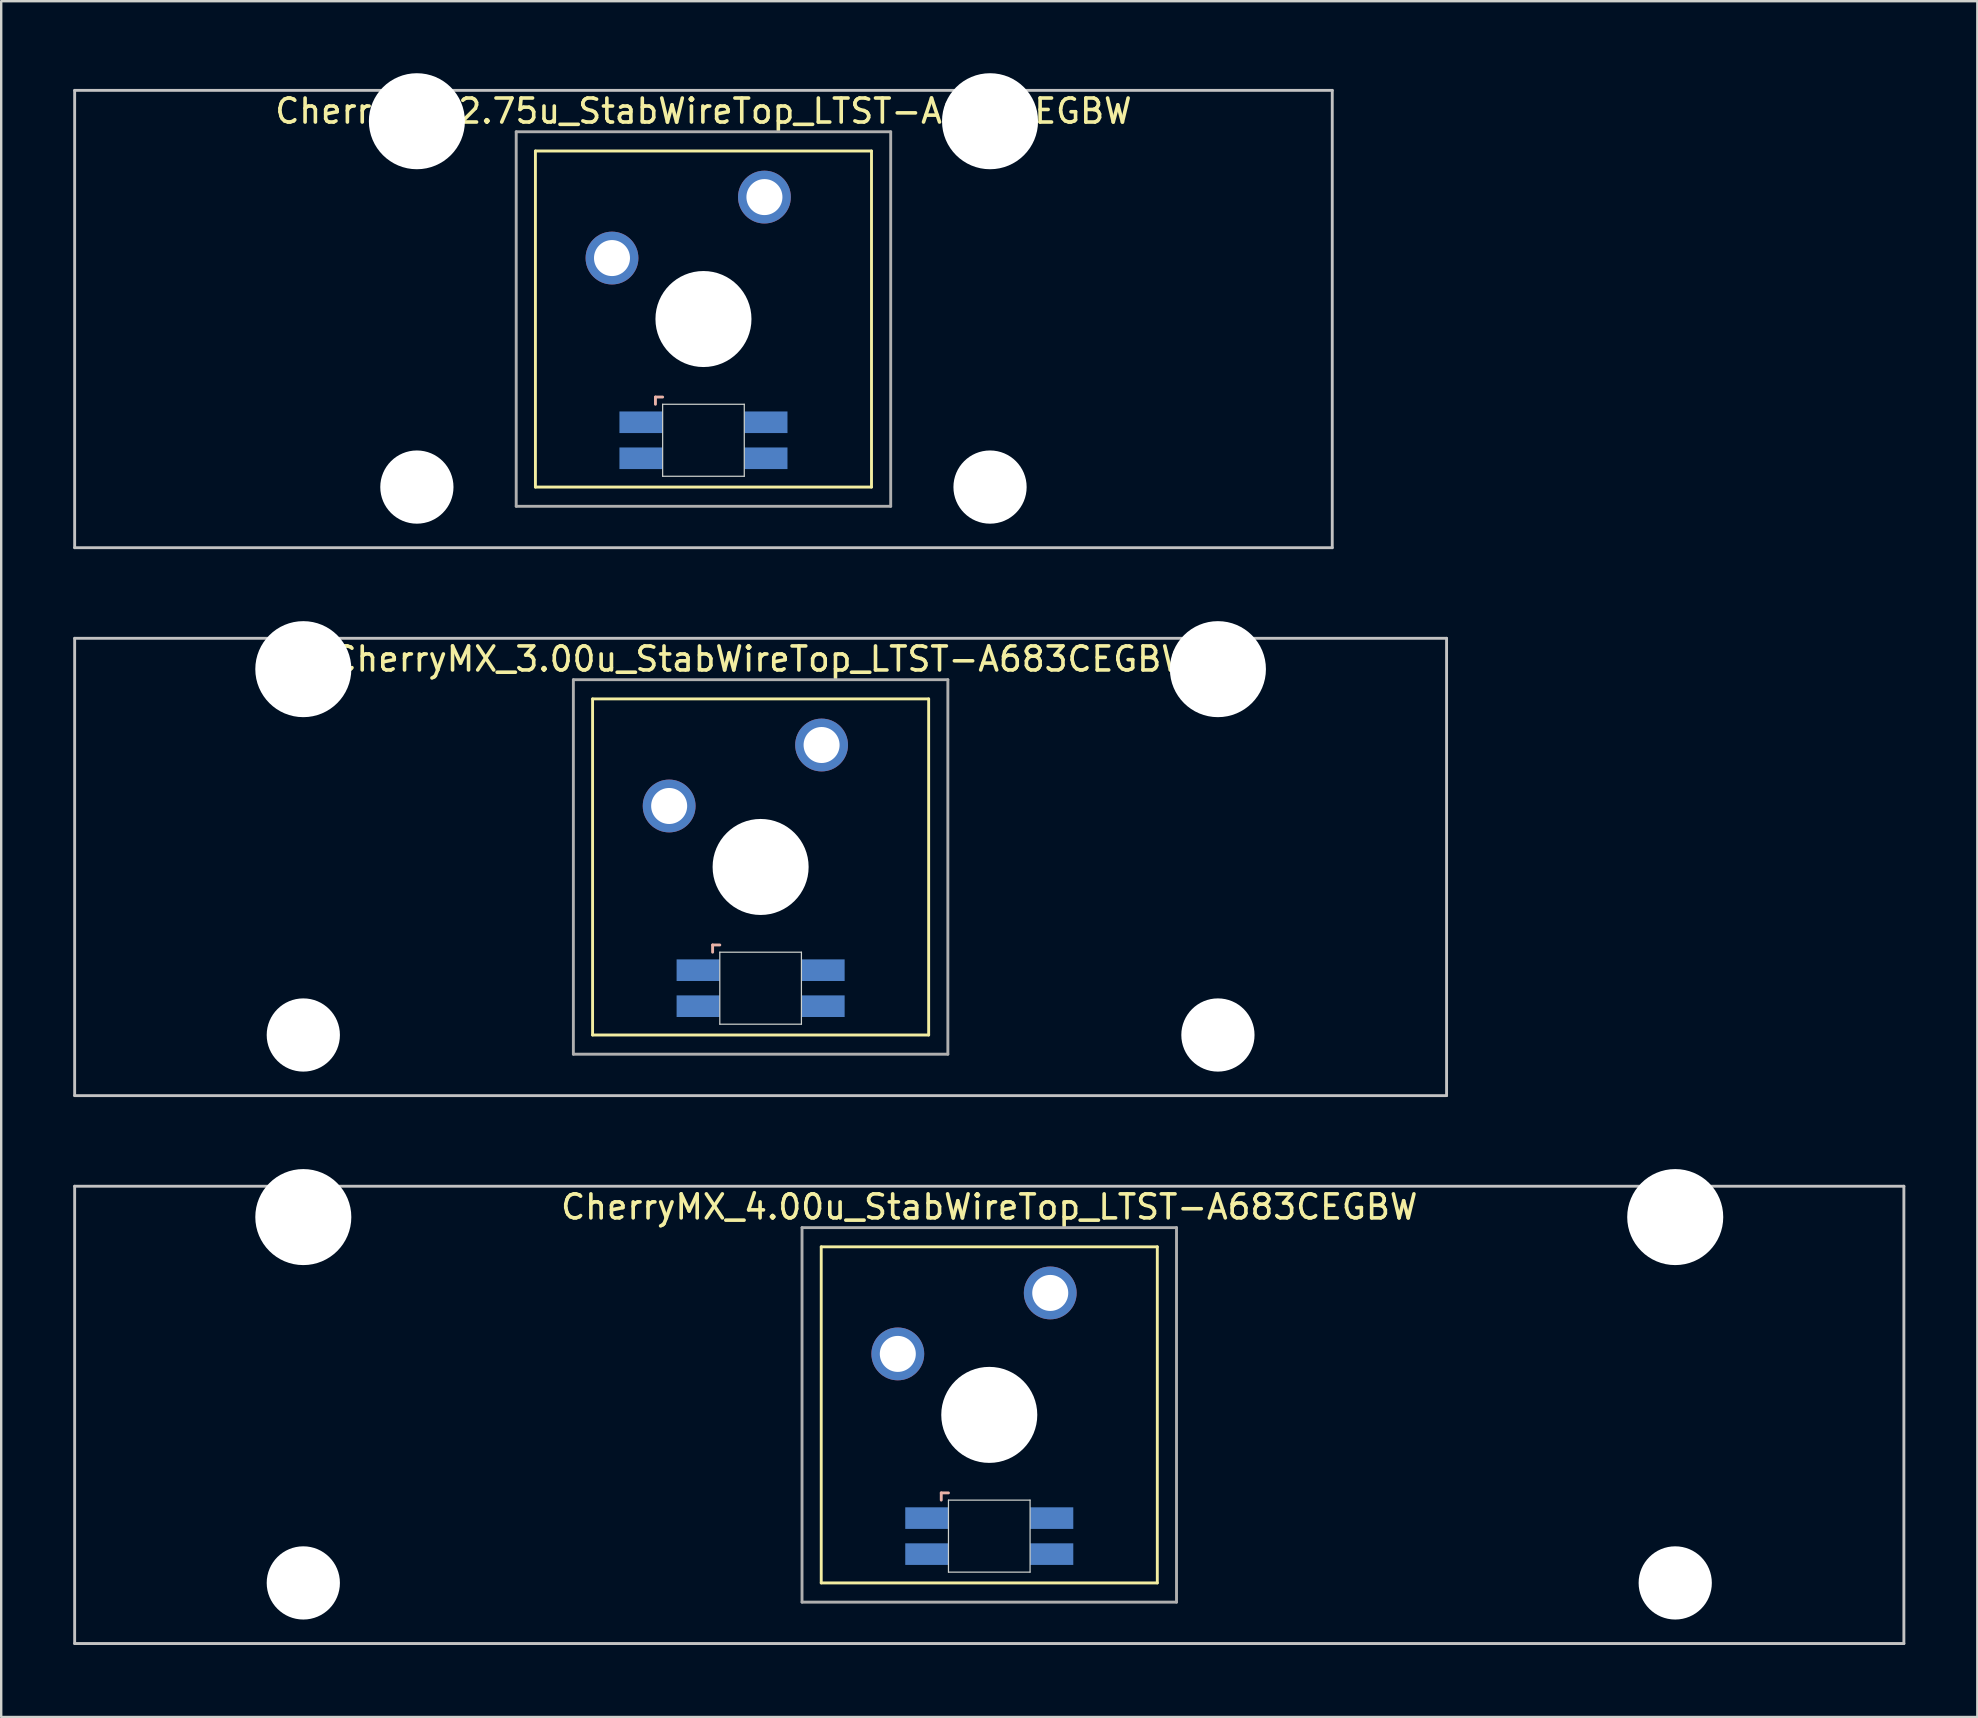
<source format=kicad_pcb>
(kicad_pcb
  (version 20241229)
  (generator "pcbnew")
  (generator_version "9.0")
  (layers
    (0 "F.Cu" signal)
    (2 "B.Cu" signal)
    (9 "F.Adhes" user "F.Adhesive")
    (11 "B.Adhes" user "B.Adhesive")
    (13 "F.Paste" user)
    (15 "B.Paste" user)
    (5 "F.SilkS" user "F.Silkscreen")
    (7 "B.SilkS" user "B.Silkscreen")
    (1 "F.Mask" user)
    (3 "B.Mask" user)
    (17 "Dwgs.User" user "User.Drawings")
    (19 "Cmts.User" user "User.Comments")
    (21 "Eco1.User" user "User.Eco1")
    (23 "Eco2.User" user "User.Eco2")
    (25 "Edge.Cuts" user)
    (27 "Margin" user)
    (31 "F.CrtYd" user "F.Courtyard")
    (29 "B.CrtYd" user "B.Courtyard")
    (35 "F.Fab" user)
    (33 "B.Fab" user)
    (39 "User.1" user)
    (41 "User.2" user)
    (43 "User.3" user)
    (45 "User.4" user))
  (footprint "CherryMX_2.75u_StabWireTop_LTST-A683CEGBW"
    (layer "F.Cu")
    (at 26.254 10.24)
    (property "Reference" "CherryMX_2.75u_StabWireTop_LTST-A683CEGBW" (at 0 -8.662 0) (layer "F.SilkS") (effects (font (size 1 1) (thickness 0.15))))
    (attr through_hole)
    (fp_line (start -7 -7) (end -7 7) (stroke (width 0.12) (type solid)) (layer "F.SilkS"))
    (fp_line (start -7 -7) (end 7 -7) (stroke (width 0.12) (type solid)) (layer "F.SilkS"))
    (fp_line (start 7 -7) (end 7 7) (stroke (width 0.12) (type solid)) (layer "F.SilkS"))
    (fp_line (start 7 7) (end -7 7) (stroke (width 0.12) (type solid)) (layer "F.SilkS"))
    (fp_line (start -2 3.25) (end -2 3.55) (stroke (width 0.12) (type solid)) (layer "B.SilkS"))
    (fp_line (start -1.7 3.25) (end -2 3.25) (stroke (width 0.12) (type solid)) (layer "B.SilkS"))
    (fp_line (start -26.194 -9.525) (end 26.194 -9.525) (stroke (width 0.12) (type solid)) (layer "Dwgs.User"))
    (fp_line (start -26.194 9.525) (end -26.194 -9.525) (stroke (width 0.12) (type solid)) (layer "Dwgs.User"))
    (fp_line (start 26.194 -9.525) (end 26.194 9.525) (stroke (width 0.12) (type solid)) (layer "Dwgs.User"))
    (fp_line (start 26.194 9.525) (end -26.194 9.525) (stroke (width 0.12) (type solid)) (layer "Dwgs.User"))
    (fp_line (start -1.7 3.55) (end 1.7 3.55) (stroke (width 0.05) (type solid)) (layer "Edge.Cuts"))
    (fp_line (start -1.7 6.55) (end -1.7 3.55) (stroke (width 0.05) (type solid)) (layer "Edge.Cuts"))
    (fp_line (start 1.7 3.55) (end 1.7 6.55) (stroke (width 0.05) (type solid)) (layer "Edge.Cuts"))
    (fp_line (start 1.7 6.55) (end -1.7 6.55) (stroke (width 0.05) (type solid)) (layer "Edge.Cuts"))
    (fp_line (start -7.8 -7.8) (end -7.8 7.8) (stroke (width 0.12) (type solid)) (layer "F.Fab"))
    (fp_line (start -7.8 -7.8) (end 7.8 -7.8) (stroke (width 0.12) (type solid)) (layer "F.Fab"))
    (fp_line (start -7.8 7.8) (end 7.8 7.8) (stroke (width 0.12) (type solid)) (layer "F.Fab"))
    (fp_line (start 7.8 -7.8) (end 7.8 7.8) (stroke (width 0.12) (type solid)) (layer "F.Fab"))
    (pad "" np_thru_hole circle (at -11.938 -8.24) (size 4 4) (drill 4) (layers "*.Cu" "*.Mask"))
    (pad "" np_thru_hole circle (at -11.938 7) (size 3.05 3.05) (drill 3.05) (layers "*.Cu" "*.Mask"))
    (pad "" np_thru_hole circle (at 0 0) (size 4 4) (drill 4) (layers "*.Cu" "*.Mask"))
    (pad "" np_thru_hole circle (at 11.938 -8.24) (size 4 4) (drill 4) (layers "*.Cu" "*.Mask"))
    (pad "" np_thru_hole circle (at 11.938 7) (size 3.05 3.05) (drill 3.05) (layers "*.Cu" "*.Mask"))
    (pad "1" thru_hole circle (at -3.81 -2.54) (size 2.2 2.2) (drill 1.5) (layers "*.Cu" "*.Mask"))
    (pad "2" thru_hole circle (at 2.54 -5.08) (size 2.2 2.2) (drill 1.5) (layers "*.Cu" "*.Mask"))
    (pad "3" smd rect (at -2.6 4.3) (size 1.8 0.9) (layers "B.Cu" "B.Mask" "B.Paste"))
    (pad "4" smd rect (at -2.6 5.8) (size 1.8 0.9) (layers "B.Cu" "B.Mask" "B.Paste"))
    (pad "5" smd rect (at 2.6 4.3) (size 1.8 0.9) (layers "B.Cu" "B.Mask" "B.Paste"))
    (pad "6" smd rect (at 2.6 5.8) (size 1.8 0.9) (layers "B.Cu" "B.Mask" "B.Paste")))
  (footprint "CherryMX_3.00u_StabWireTop_LTST-A683CEGBW"
    (layer "F.Cu")
    (at 28.635 33.065)
    (property "Reference" "CherryMX_3.00u_StabWireTop_LTST-A683CEGBW" (at 0 -8.662 0) (layer "F.SilkS") (effects (font (size 1 1) (thickness 0.15))))
    (attr through_hole)
    (fp_line (start -7 -7) (end -7 7) (stroke (width 0.12) (type solid)) (layer "F.SilkS"))
    (fp_line (start -7 -7) (end 7 -7) (stroke (width 0.12) (type solid)) (layer "F.SilkS"))
    (fp_line (start 7 -7) (end 7 7) (stroke (width 0.12) (type solid)) (layer "F.SilkS"))
    (fp_line (start 7 7) (end -7 7) (stroke (width 0.12) (type solid)) (layer "F.SilkS"))
    (fp_line (start -2 3.25) (end -2 3.55) (stroke (width 0.12) (type solid)) (layer "B.SilkS"))
    (fp_line (start -1.7 3.25) (end -2 3.25) (stroke (width 0.12) (type solid)) (layer "B.SilkS"))
    (fp_line (start -28.575 -9.525) (end 28.575 -9.525) (stroke (width 0.12) (type solid)) (layer "Dwgs.User"))
    (fp_line (start -28.575 9.525) (end -28.575 -9.525) (stroke (width 0.12) (type solid)) (layer "Dwgs.User"))
    (fp_line (start 28.575 -9.525) (end 28.575 9.525) (stroke (width 0.12) (type solid)) (layer "Dwgs.User"))
    (fp_line (start 28.575 9.525) (end -28.575 9.525) (stroke (width 0.12) (type solid)) (layer "Dwgs.User"))
    (fp_line (start -1.7 3.55) (end 1.7 3.55) (stroke (width 0.05) (type solid)) (layer "Edge.Cuts"))
    (fp_line (start -1.7 6.55) (end -1.7 3.55) (stroke (width 0.05) (type solid)) (layer "Edge.Cuts"))
    (fp_line (start 1.7 3.55) (end 1.7 6.55) (stroke (width 0.05) (type solid)) (layer "Edge.Cuts"))
    (fp_line (start 1.7 6.55) (end -1.7 6.55) (stroke (width 0.05) (type solid)) (layer "Edge.Cuts"))
    (fp_line (start -7.8 -7.8) (end -7.8 7.8) (stroke (width 0.12) (type solid)) (layer "F.Fab"))
    (fp_line (start -7.8 -7.8) (end 7.8 -7.8) (stroke (width 0.12) (type solid)) (layer "F.Fab"))
    (fp_line (start -7.8 7.8) (end 7.8 7.8) (stroke (width 0.12) (type solid)) (layer "F.Fab"))
    (fp_line (start 7.8 -7.8) (end 7.8 7.8) (stroke (width 0.12) (type solid)) (layer "F.Fab"))
    (pad "" np_thru_hole circle (at -19.05 -8.24) (size 4 4) (drill 4) (layers "*.Cu" "*.Mask"))
    (pad "" np_thru_hole circle (at -19.05 7) (size 3.05 3.05) (drill 3.05) (layers "*.Cu" "*.Mask"))
    (pad "" np_thru_hole circle (at 0 0) (size 4 4) (drill 4) (layers "*.Cu" "*.Mask"))
    (pad "" np_thru_hole circle (at 19.05 -8.24) (size 4 4) (drill 4) (layers "*.Cu" "*.Mask"))
    (pad "" np_thru_hole circle (at 19.05 7) (size 3.05 3.05) (drill 3.05) (layers "*.Cu" "*.Mask"))
    (pad "1" thru_hole circle (at -3.81 -2.54) (size 2.2 2.2) (drill 1.5) (layers "*.Cu" "*.Mask"))
    (pad "2" thru_hole circle (at 2.54 -5.08) (size 2.2 2.2) (drill 1.5) (layers "*.Cu" "*.Mask"))
    (pad "3" smd rect (at -2.6 4.3) (size 1.8 0.9) (layers "B.Cu" "B.Mask" "B.Paste"))
    (pad "4" smd rect (at -2.6 5.8) (size 1.8 0.9) (layers "B.Cu" "B.Mask" "B.Paste"))
    (pad "5" smd rect (at 2.6 4.3) (size 1.8 0.9) (layers "B.Cu" "B.Mask" "B.Paste"))
    (pad "6" smd rect (at 2.6 5.8) (size 1.8 0.9) (layers "B.Cu" "B.Mask" "B.Paste")))
  (footprint "CherryMX_4.00u_StabWireTop_LTST-A683CEGBW"
    (layer "F.Cu")
    (at 38.16 55.89)
    (property "Reference" "CherryMX_4.00u_StabWireTop_LTST-A683CEGBW" (at 0 -8.662 0) (layer "F.SilkS") (effects (font (size 1 1) (thickness 0.15))))
    (attr through_hole)
    (fp_line (start -7 -7) (end -7 7) (stroke (width 0.12) (type solid)) (layer "F.SilkS"))
    (fp_line (start -7 -7) (end 7 -7) (stroke (width 0.12) (type solid)) (layer "F.SilkS"))
    (fp_line (start 7 -7) (end 7 7) (stroke (width 0.12) (type solid)) (layer "F.SilkS"))
    (fp_line (start 7 7) (end -7 7) (stroke (width 0.12) (type solid)) (layer "F.SilkS"))
    (fp_line (start -2 3.25) (end -2 3.55) (stroke (width 0.12) (type solid)) (layer "B.SilkS"))
    (fp_line (start -1.7 3.25) (end -2 3.25) (stroke (width 0.12) (type solid)) (layer "B.SilkS"))
    (fp_line (start -38.1 -9.525) (end 38.1 -9.525) (stroke (width 0.12) (type solid)) (layer "Dwgs.User"))
    (fp_line (start -38.1 9.525) (end -38.1 -9.525) (stroke (width 0.12) (type solid)) (layer "Dwgs.User"))
    (fp_line (start 38.1 -9.525) (end 38.1 9.525) (stroke (width 0.12) (type solid)) (layer "Dwgs.User"))
    (fp_line (start 38.1 9.525) (end -38.1 9.525) (stroke (width 0.12) (type solid)) (layer "Dwgs.User"))
    (fp_line (start -1.7 3.55) (end 1.7 3.55) (stroke (width 0.05) (type solid)) (layer "Edge.Cuts"))
    (fp_line (start -1.7 6.55) (end -1.7 3.55) (stroke (width 0.05) (type solid)) (layer "Edge.Cuts"))
    (fp_line (start 1.7 3.55) (end 1.7 6.55) (stroke (width 0.05) (type solid)) (layer "Edge.Cuts"))
    (fp_line (start 1.7 6.55) (end -1.7 6.55) (stroke (width 0.05) (type solid)) (layer "Edge.Cuts"))
    (fp_line (start -7.8 -7.8) (end -7.8 7.8) (stroke (width 0.12) (type solid)) (layer "F.Fab"))
    (fp_line (start -7.8 -7.8) (end 7.8 -7.8) (stroke (width 0.12) (type solid)) (layer "F.Fab"))
    (fp_line (start -7.8 7.8) (end 7.8 7.8) (stroke (width 0.12) (type solid)) (layer "F.Fab"))
    (fp_line (start 7.8 -7.8) (end 7.8 7.8) (stroke (width 0.12) (type solid)) (layer "F.Fab"))
    (pad "" np_thru_hole circle (at -28.575 -8.24) (size 4 4) (drill 4) (layers "*.Cu" "*.Mask"))
    (pad "" np_thru_hole circle (at -28.575 7) (size 3.05 3.05) (drill 3.05) (layers "*.Cu" "*.Mask"))
    (pad "" np_thru_hole circle (at 0 0) (size 4 4) (drill 4) (layers "*.Cu" "*.Mask"))
    (pad "" np_thru_hole circle (at 28.575 -8.24) (size 4 4) (drill 4) (layers "*.Cu" "*.Mask"))
    (pad "" np_thru_hole circle (at 28.575 7) (size 3.05 3.05) (drill 3.05) (layers "*.Cu" "*.Mask"))
    (pad "1" thru_hole circle (at -3.81 -2.54) (size 2.2 2.2) (drill 1.5) (layers "*.Cu" "*.Mask"))
    (pad "2" thru_hole circle (at 2.54 -5.08) (size 2.2 2.2) (drill 1.5) (layers "*.Cu" "*.Mask"))
    (pad "3" smd rect (at -2.6 4.3) (size 1.8 0.9) (layers "B.Cu" "B.Mask" "B.Paste"))
    (pad "4" smd rect (at -2.6 5.8) (size 1.8 0.9) (layers "B.Cu" "B.Mask" "B.Paste"))
    (pad "5" smd rect (at 2.6 4.3) (size 1.8 0.9) (layers "B.Cu" "B.Mask" "B.Paste"))
    (pad "6" smd rect (at 2.6 5.8) (size 1.8 0.9) (layers "B.Cu" "B.Mask" "B.Paste")))
  (gr_rect
    (start -3 -3)
    (end 79.32 68.475)
    (stroke (width 0.1) (type default))
    (fill no)
    (layer "Edge.Cuts")))
</source>
